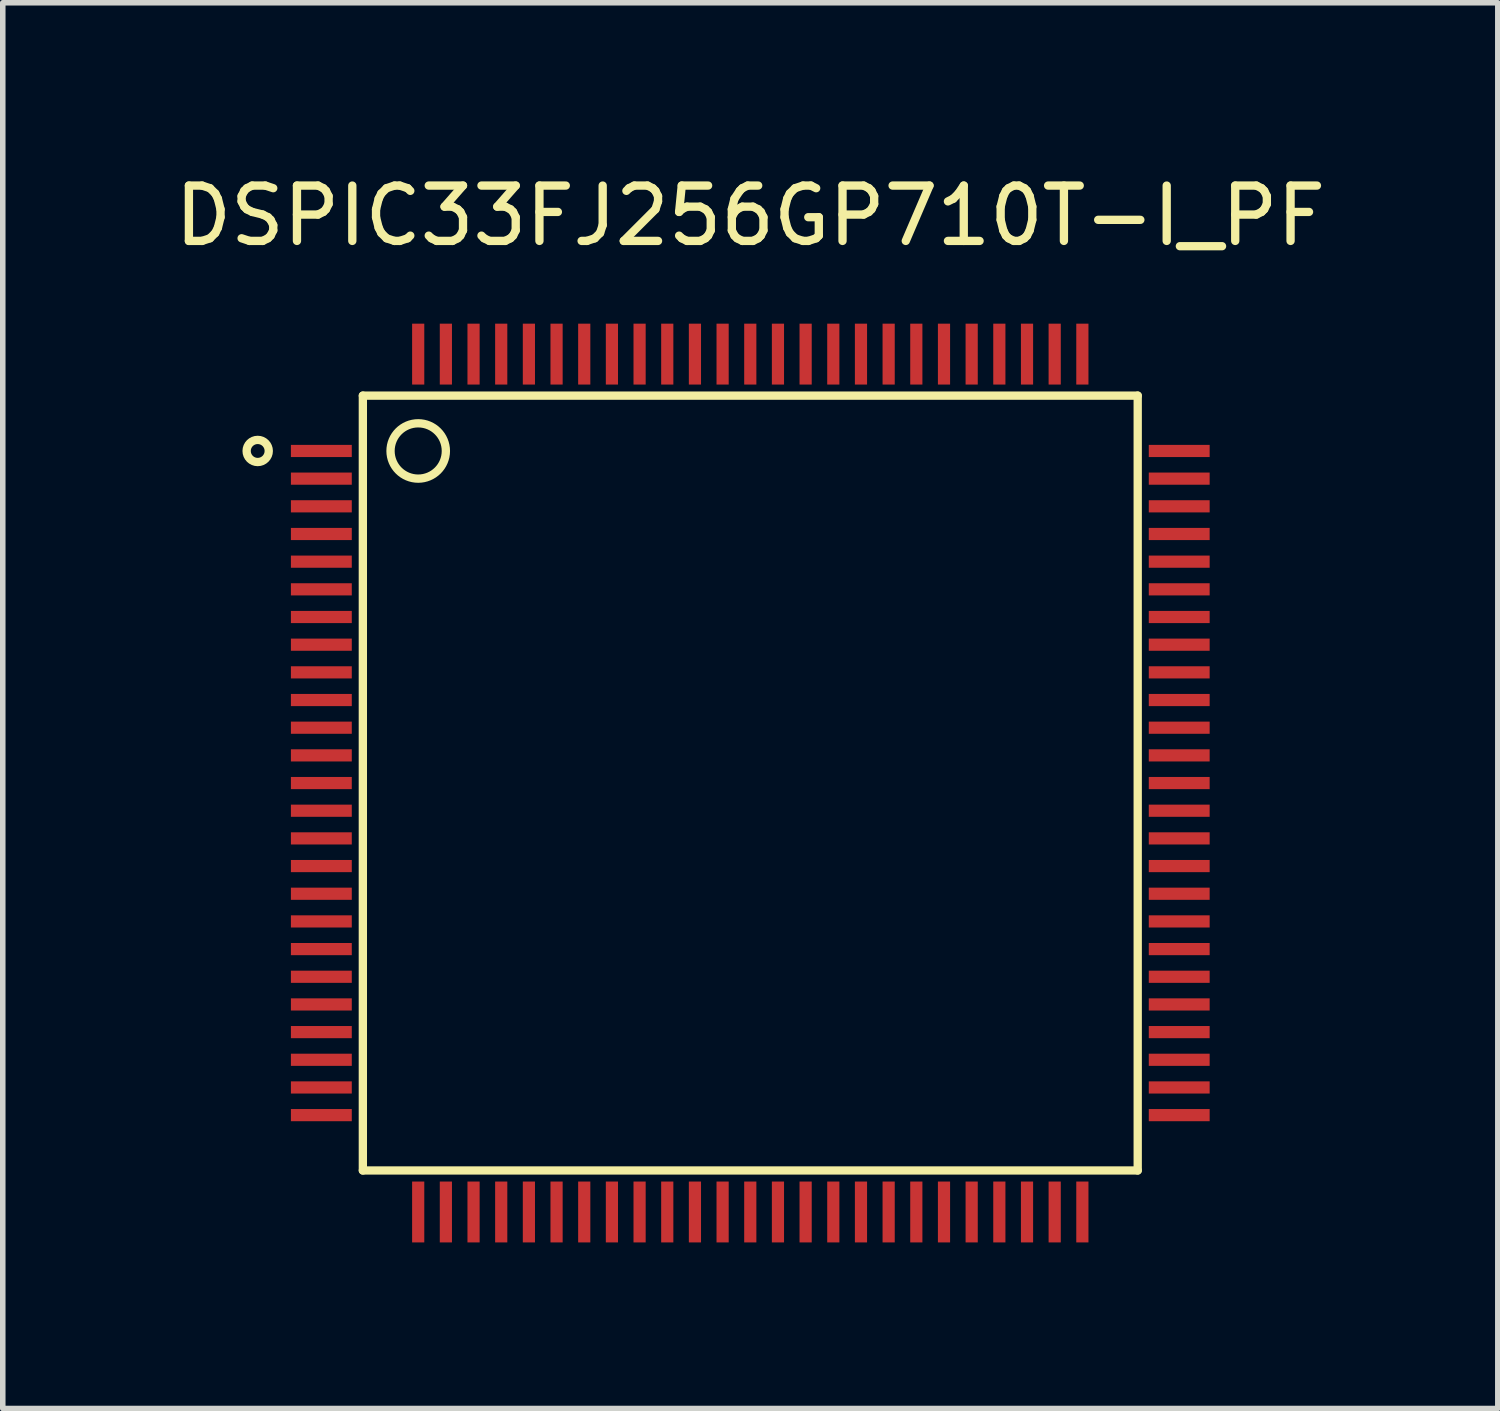
<source format=kicad_pcb>
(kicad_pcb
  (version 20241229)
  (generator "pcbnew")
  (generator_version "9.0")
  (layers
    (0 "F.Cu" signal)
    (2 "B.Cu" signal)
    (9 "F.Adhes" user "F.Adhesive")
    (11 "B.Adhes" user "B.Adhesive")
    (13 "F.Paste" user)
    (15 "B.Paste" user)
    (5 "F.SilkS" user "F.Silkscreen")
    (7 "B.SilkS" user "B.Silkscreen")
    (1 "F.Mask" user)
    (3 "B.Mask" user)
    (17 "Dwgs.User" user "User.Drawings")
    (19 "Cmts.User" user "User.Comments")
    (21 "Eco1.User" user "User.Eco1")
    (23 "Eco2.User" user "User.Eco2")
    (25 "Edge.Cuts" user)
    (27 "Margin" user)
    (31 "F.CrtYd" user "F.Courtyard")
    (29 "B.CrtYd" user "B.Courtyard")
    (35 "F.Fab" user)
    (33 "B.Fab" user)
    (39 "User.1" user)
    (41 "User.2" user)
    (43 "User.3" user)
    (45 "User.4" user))
  (footprint "DSPIC33FJ256GP710T-I_PF"
    (layer "F.Cu")
    (at 2.756 3.348)
    (property "Reference" "DSPIC33FJ256GP710T-I_PF" (at 7.75 -2.5 0) (layer "F.SilkS") (effects (font (size 1 1) (thickness 0.15))))
    (attr through_hole)
    (fp_line (start 0.75 0.75) (end 0.75 14.75) (stroke (width 0.15) (type solid)) (layer "F.SilkS"))
    (fp_line (start 0.75 0.75) (end 14.75 0.75) (stroke (width 0.15) (type solid)) (layer "F.SilkS"))
    (fp_line (start 0.75 14.75) (end 14.75 14.75) (stroke (width 0.15) (type solid)) (layer "F.SilkS"))
    (fp_line (start 14.75 14.75) (end 14.75 0.75) (stroke (width 0.15) (type solid)) (layer "F.SilkS"))
    (fp_circle (center -1.15 1.75) (end -1.15 1.55) (stroke (width 0.15) (type solid)) (fill no) (layer "F.SilkS"))
    (fp_circle (center 1.75 1.75) (end 1.75 1.25) (stroke (width 0.15) (type solid)) (fill no) (layer "F.SilkS"))
    (pad "1" smd rect (at 0 1.75) (size 1.1 0.22) (layers "F.Cu" "F.Mask" "F.Paste"))
    (pad "2" smd rect (at 0 2.25) (size 1.1 0.22) (layers "F.Cu" "F.Mask" "F.Paste"))
    (pad "3" smd rect (at 0 2.75) (size 1.1 0.22) (layers "F.Cu" "F.Mask" "F.Paste"))
    (pad "4" smd rect (at 0 3.25) (size 1.1 0.22) (layers "F.Cu" "F.Mask" "F.Paste"))
    (pad "5" smd rect (at 0 3.75) (size 1.1 0.22) (layers "F.Cu" "F.Mask" "F.Paste"))
    (pad "6" smd rect (at 0 4.25) (size 1.1 0.22) (layers "F.Cu" "F.Mask" "F.Paste"))
    (pad "7" smd rect (at 0 4.75) (size 1.1 0.22) (layers "F.Cu" "F.Mask" "F.Paste"))
    (pad "8" smd rect (at 0 5.25) (size 1.1 0.22) (layers "F.Cu" "F.Mask" "F.Paste"))
    (pad "9" smd rect (at 0 5.75) (size 1.1 0.22) (layers "F.Cu" "F.Mask" "F.Paste"))
    (pad "10" smd rect (at 0 6.25) (size 1.1 0.22) (layers "F.Cu" "F.Mask" "F.Paste"))
    (pad "11" smd rect (at 0 6.75) (size 1.1 0.22) (layers "F.Cu" "F.Mask" "F.Paste"))
    (pad "12" smd rect (at 0 7.25) (size 1.1 0.22) (layers "F.Cu" "F.Mask" "F.Paste"))
    (pad "13" smd rect (at 0 7.75) (size 1.1 0.22) (layers "F.Cu" "F.Mask" "F.Paste"))
    (pad "14" smd rect (at 0 8.25) (size 1.1 0.22) (layers "F.Cu" "F.Mask" "F.Paste"))
    (pad "15" smd rect (at 0 8.75) (size 1.1 0.22) (layers "F.Cu" "F.Mask" "F.Paste"))
    (pad "16" smd rect (at 0 9.25) (size 1.1 0.22) (layers "F.Cu" "F.Mask" "F.Paste"))
    (pad "17" smd rect (at 0 9.75) (size 1.1 0.22) (layers "F.Cu" "F.Mask" "F.Paste"))
    (pad "18" smd rect (at 0 10.25) (size 1.1 0.22) (layers "F.Cu" "F.Mask" "F.Paste"))
    (pad "19" smd rect (at 0 10.75) (size 1.1 0.22) (layers "F.Cu" "F.Mask" "F.Paste"))
    (pad "20" smd rect (at 0 11.25) (size 1.1 0.22) (layers "F.Cu" "F.Mask" "F.Paste"))
    (pad "21" smd rect (at 0 11.75) (size 1.1 0.22) (layers "F.Cu" "F.Mask" "F.Paste"))
    (pad "22" smd rect (at 0 12.25) (size 1.1 0.22) (layers "F.Cu" "F.Mask" "F.Paste"))
    (pad "23" smd rect (at 0 12.75) (size 1.1 0.22) (layers "F.Cu" "F.Mask" "F.Paste"))
    (pad "24" smd rect (at 0 13.25) (size 1.1 0.22) (layers "F.Cu" "F.Mask" "F.Paste"))
    (pad "25" smd rect (at 0 13.75) (size 1.1 0.22) (layers "F.Cu" "F.Mask" "F.Paste"))
    (pad "26" smd rect (at 1.75 15.5) (size 0.22 1.1) (layers "F.Cu" "F.Mask" "F.Paste"))
    (pad "27" smd rect (at 2.25 15.5) (size 0.22 1.1) (layers "F.Cu" "F.Mask" "F.Paste"))
    (pad "28" smd rect (at 2.75 15.5) (size 0.22 1.1) (layers "F.Cu" "F.Mask" "F.Paste"))
    (pad "29" smd rect (at 3.25 15.5) (size 0.22 1.1) (layers "F.Cu" "F.Mask" "F.Paste"))
    (pad "30" smd rect (at 3.75 15.5) (size 0.22 1.1) (layers "F.Cu" "F.Mask" "F.Paste"))
    (pad "31" smd rect (at 4.25 15.5) (size 0.22 1.1) (layers "F.Cu" "F.Mask" "F.Paste"))
    (pad "32" smd rect (at 4.75 15.5) (size 0.22 1.1) (layers "F.Cu" "F.Mask" "F.Paste"))
    (pad "33" smd rect (at 5.25 15.5) (size 0.22 1.1) (layers "F.Cu" "F.Mask" "F.Paste"))
    (pad "34" smd rect (at 5.75 15.5) (size 0.22 1.1) (layers "F.Cu" "F.Mask" "F.Paste"))
    (pad "35" smd rect (at 6.25 15.5) (size 0.22 1.1) (layers "F.Cu" "F.Mask" "F.Paste"))
    (pad "36" smd rect (at 6.75 15.5) (size 0.22 1.1) (layers "F.Cu" "F.Mask" "F.Paste"))
    (pad "37" smd rect (at 7.25 15.5) (size 0.22 1.1) (layers "F.Cu" "F.Mask" "F.Paste"))
    (pad "38" smd rect (at 7.75 15.5) (size 0.22 1.1) (layers "F.Cu" "F.Mask" "F.Paste"))
    (pad "39" smd rect (at 8.25 15.5) (size 0.22 1.1) (layers "F.Cu" "F.Mask" "F.Paste"))
    (pad "40" smd rect (at 8.75 15.5) (size 0.22 1.1) (layers "F.Cu" "F.Mask" "F.Paste"))
    (pad "41" smd rect (at 9.25 15.5) (size 0.22 1.1) (layers "F.Cu" "F.Mask" "F.Paste"))
    (pad "42" smd rect (at 9.75 15.5) (size 0.22 1.1) (layers "F.Cu" "F.Mask" "F.Paste"))
    (pad "43" smd rect (at 10.25 15.5) (size 0.22 1.1) (layers "F.Cu" "F.Mask" "F.Paste"))
    (pad "44" smd rect (at 10.75 15.5) (size 0.22 1.1) (layers "F.Cu" "F.Mask" "F.Paste"))
    (pad "45" smd rect (at 11.25 15.5) (size 0.22 1.1) (layers "F.Cu" "F.Mask" "F.Paste"))
    (pad "46" smd rect (at 11.75 15.5) (size 0.22 1.1) (layers "F.Cu" "F.Mask" "F.Paste"))
    (pad "47" smd rect (at 12.25 15.5) (size 0.22 1.1) (layers "F.Cu" "F.Mask" "F.Paste"))
    (pad "48" smd rect (at 12.75 15.5) (size 0.22 1.1) (layers "F.Cu" "F.Mask" "F.Paste"))
    (pad "49" smd rect (at 13.25 15.5) (size 0.22 1.1) (layers "F.Cu" "F.Mask" "F.Paste"))
    (pad "50" smd rect (at 13.75 15.5) (size 0.22 1.1) (layers "F.Cu" "F.Mask" "F.Paste"))
    (pad "51" smd rect (at 15.5 13.75) (size 1.1 0.22) (layers "F.Cu" "F.Mask" "F.Paste"))
    (pad "52" smd rect (at 15.5 13.25) (size 1.1 0.22) (layers "F.Cu" "F.Mask" "F.Paste"))
    (pad "53" smd rect (at 15.5 12.75) (size 1.1 0.22) (layers "F.Cu" "F.Mask" "F.Paste"))
    (pad "54" smd rect (at 15.5 12.25) (size 1.1 0.22) (layers "F.Cu" "F.Mask" "F.Paste"))
    (pad "55" smd rect (at 15.5 11.75) (size 1.1 0.22) (layers "F.Cu" "F.Mask" "F.Paste"))
    (pad "56" smd rect (at 15.5 11.25) (size 1.1 0.22) (layers "F.Cu" "F.Mask" "F.Paste"))
    (pad "57" smd rect (at 15.5 10.75) (size 1.1 0.22) (layers "F.Cu" "F.Mask" "F.Paste"))
    (pad "58" smd rect (at 15.5 10.25) (size 1.1 0.22) (layers "F.Cu" "F.Mask" "F.Paste"))
    (pad "59" smd rect (at 15.5 9.75) (size 1.1 0.22) (layers "F.Cu" "F.Mask" "F.Paste"))
    (pad "60" smd rect (at 15.5 9.25) (size 1.1 0.22) (layers "F.Cu" "F.Mask" "F.Paste"))
    (pad "61" smd rect (at 15.5 8.75) (size 1.1 0.22) (layers "F.Cu" "F.Mask" "F.Paste"))
    (pad "62" smd rect (at 15.5 8.25) (size 1.1 0.22) (layers "F.Cu" "F.Mask" "F.Paste"))
    (pad "63" smd rect (at 15.5 7.75) (size 1.1 0.22) (layers "F.Cu" "F.Mask" "F.Paste"))
    (pad "64" smd rect (at 15.5 7.25) (size 1.1 0.22) (layers "F.Cu" "F.Mask" "F.Paste"))
    (pad "65" smd rect (at 15.5 6.75) (size 1.1 0.22) (layers "F.Cu" "F.Mask" "F.Paste"))
    (pad "66" smd rect (at 15.5 6.25) (size 1.1 0.22) (layers "F.Cu" "F.Mask" "F.Paste"))
    (pad "67" smd rect (at 15.5 5.75) (size 1.1 0.22) (layers "F.Cu" "F.Mask" "F.Paste"))
    (pad "68" smd rect (at 15.5 5.25) (size 1.1 0.22) (layers "F.Cu" "F.Mask" "F.Paste"))
    (pad "69" smd rect (at 15.5 4.75) (size 1.1 0.22) (layers "F.Cu" "F.Mask" "F.Paste"))
    (pad "70" smd rect (at 15.5 4.25) (size 1.1 0.22) (layers "F.Cu" "F.Mask" "F.Paste"))
    (pad "71" smd rect (at 15.5 3.75) (size 1.1 0.22) (layers "F.Cu" "F.Mask" "F.Paste"))
    (pad "72" smd rect (at 15.5 3.25) (size 1.1 0.22) (layers "F.Cu" "F.Mask" "F.Paste"))
    (pad "73" smd rect (at 15.5 2.75) (size 1.1 0.22) (layers "F.Cu" "F.Mask" "F.Paste"))
    (pad "74" smd rect (at 15.5 2.25) (size 1.1 0.22) (layers "F.Cu" "F.Mask" "F.Paste"))
    (pad "75" smd rect (at 15.5 1.75) (size 1.1 0.22) (layers "F.Cu" "F.Mask" "F.Paste"))
    (pad "76" smd rect (at 13.75 0) (size 0.22 1.1) (layers "F.Cu" "F.Mask" "F.Paste"))
    (pad "77" smd rect (at 13.25 0) (size 0.22 1.1) (layers "F.Cu" "F.Mask" "F.Paste"))
    (pad "78" smd rect (at 12.75 0) (size 0.22 1.1) (layers "F.Cu" "F.Mask" "F.Paste"))
    (pad "79" smd rect (at 12.25 0) (size 0.22 1.1) (layers "F.Cu" "F.Mask" "F.Paste"))
    (pad "80" smd rect (at 11.75 0) (size 0.22 1.1) (layers "F.Cu" "F.Mask" "F.Paste"))
    (pad "81" smd rect (at 11.25 0) (size 0.22 1.1) (layers "F.Cu" "F.Mask" "F.Paste"))
    (pad "82" smd rect (at 10.75 0) (size 0.22 1.1) (layers "F.Cu" "F.Mask" "F.Paste"))
    (pad "83" smd rect (at 10.25 0) (size 0.22 1.1) (layers "F.Cu" "F.Mask" "F.Paste"))
    (pad "84" smd rect (at 9.75 0) (size 0.22 1.1) (layers "F.Cu" "F.Mask" "F.Paste"))
    (pad "85" smd rect (at 9.25 0) (size 0.22 1.1) (layers "F.Cu" "F.Mask" "F.Paste"))
    (pad "86" smd rect (at 8.75 0) (size 0.22 1.1) (layers "F.Cu" "F.Mask" "F.Paste"))
    (pad "87" smd rect (at 8.25 0) (size 0.22 1.1) (layers "F.Cu" "F.Mask" "F.Paste"))
    (pad "88" smd rect (at 7.75 0) (size 0.22 1.1) (layers "F.Cu" "F.Mask" "F.Paste"))
    (pad "89" smd rect (at 7.25 0) (size 0.22 1.1) (layers "F.Cu" "F.Mask" "F.Paste"))
    (pad "90" smd rect (at 6.75 0) (size 0.22 1.1) (layers "F.Cu" "F.Mask" "F.Paste"))
    (pad "91" smd rect (at 6.25 0) (size 0.22 1.1) (layers "F.Cu" "F.Mask" "F.Paste"))
    (pad "92" smd rect (at 5.75 0) (size 0.22 1.1) (layers "F.Cu" "F.Mask" "F.Paste"))
    (pad "93" smd rect (at 5.25 0) (size 0.22 1.1) (layers "F.Cu" "F.Mask" "F.Paste"))
    (pad "94" smd rect (at 4.75 0) (size 0.22 1.1) (layers "F.Cu" "F.Mask" "F.Paste"))
    (pad "95" smd rect (at 4.25 0) (size 0.22 1.1) (layers "F.Cu" "F.Mask" "F.Paste"))
    (pad "96" smd rect (at 3.75 0) (size 0.22 1.1) (layers "F.Cu" "F.Mask" "F.Paste"))
    (pad "97" smd rect (at 3.25 0) (size 0.22 1.1) (layers "F.Cu" "F.Mask" "F.Paste"))
    (pad "98" smd rect (at 2.75 0) (size 0.22 1.1) (layers "F.Cu" "F.Mask" "F.Paste"))
    (pad "99" smd rect (at 2.25 0) (size 0.22 1.1) (layers "F.Cu" "F.Mask" "F.Paste"))
    (pad "100" smd rect (at 1.75 0) (size 0.22 1.1) (layers "F.Cu" "F.Mask" "F.Paste")))
  (gr_rect
    (start -3 -3)
    (end 24.012 22.398)
    (stroke (width 0.1) (type default))
    (fill no)
    (layer "Edge.Cuts")))
</source>
